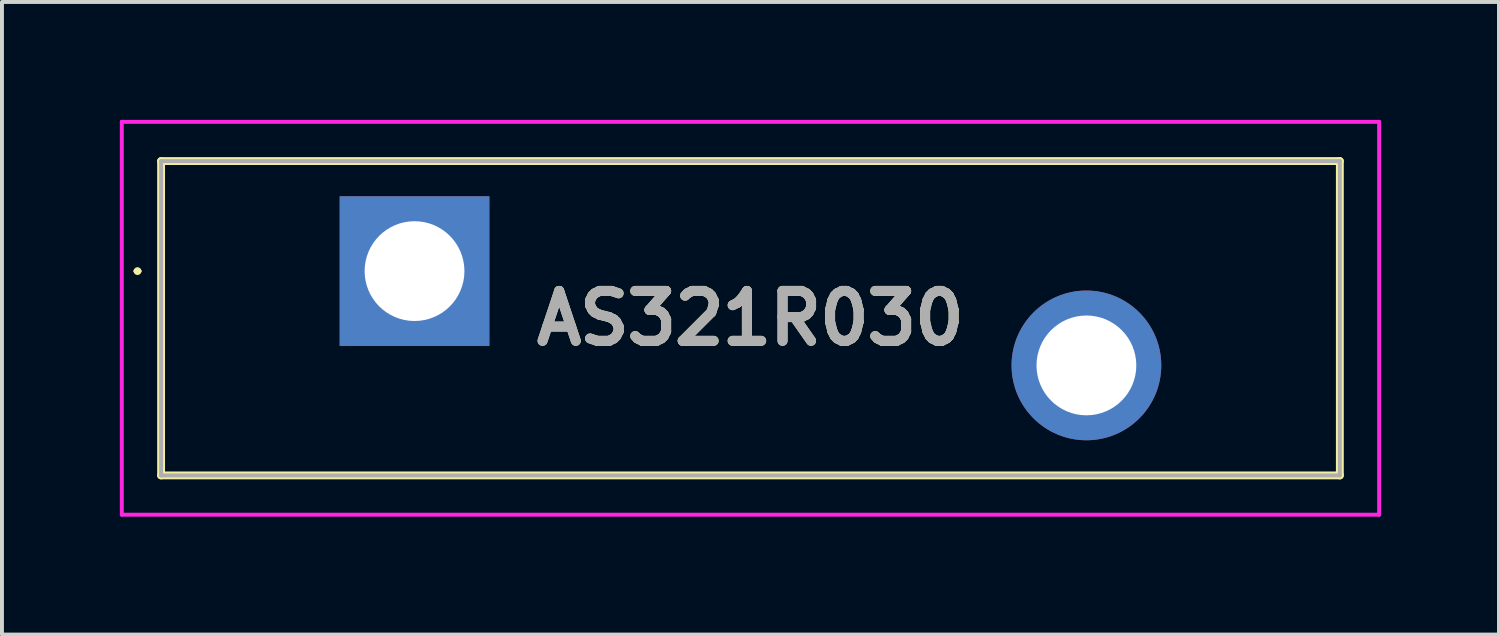
<source format=kicad_pcb>
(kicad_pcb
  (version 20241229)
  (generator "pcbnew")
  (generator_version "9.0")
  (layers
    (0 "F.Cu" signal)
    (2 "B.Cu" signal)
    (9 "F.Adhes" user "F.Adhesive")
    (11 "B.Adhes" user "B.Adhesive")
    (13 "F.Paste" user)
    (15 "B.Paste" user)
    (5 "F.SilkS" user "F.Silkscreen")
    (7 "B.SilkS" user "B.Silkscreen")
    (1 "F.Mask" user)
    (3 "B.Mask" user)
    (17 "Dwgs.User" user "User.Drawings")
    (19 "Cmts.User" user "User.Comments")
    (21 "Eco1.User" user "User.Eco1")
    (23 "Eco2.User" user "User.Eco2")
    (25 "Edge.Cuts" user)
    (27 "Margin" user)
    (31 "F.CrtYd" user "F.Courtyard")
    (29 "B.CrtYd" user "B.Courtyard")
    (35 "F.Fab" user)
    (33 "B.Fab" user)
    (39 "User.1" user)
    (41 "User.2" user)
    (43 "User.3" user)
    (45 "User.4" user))
  (footprint "AS321R030"
    (layer "F.Cu")
    (at 7.5 3.85)
    (property "Reference" "AS321R030" (at 8.55 1.2 0) (layer "F.SilkS") (effects (font (size 1.27 1.27) (thickness 0.254))))
    (attr through_hole)
    (fp_line (start -7.1 0) (end -7.1 0) (stroke (width 0.1) (type solid)) (layer "F.SilkS"))
    (fp_line (start -7 0) (end -7 0) (stroke (width 0.1) (type solid)) (layer "F.SilkS"))
    (fp_line (start -6.45 -2.8) (end 23.55 -2.8) (stroke (width 0.2) (type solid)) (layer "F.SilkS"))
    (fp_line (start -6.45 5.2) (end -6.45 -2.8) (stroke (width 0.2) (type solid)) (layer "F.SilkS"))
    (fp_line (start 23.55 -2.8) (end 23.55 5.2) (stroke (width 0.2) (type solid)) (layer "F.SilkS"))
    (fp_line (start 23.55 5.2) (end -6.45 5.2) (stroke (width 0.2) (type solid)) (layer "F.SilkS"))
    (fp_arc (start -7.1 0) (mid -7.05 -0.05) (end -7 0) (stroke (width 0.1) (type solid)) (layer "F.SilkS"))
    (fp_arc (start -7 0) (mid -7.05 0.05) (end -7.1 0) (stroke (width 0.1) (type solid)) (layer "F.SilkS"))
    (fp_line (start -7.45 -3.8) (end 24.55 -3.8) (stroke (width 0.1) (type solid)) (layer "F.CrtYd"))
    (fp_line (start -7.45 6.2) (end -7.45 -3.8) (stroke (width 0.1) (type solid)) (layer "F.CrtYd"))
    (fp_line (start 24.55 -3.8) (end 24.55 6.2) (stroke (width 0.1) (type solid)) (layer "F.CrtYd"))
    (fp_line (start 24.55 6.2) (end -7.45 6.2) (stroke (width 0.1) (type solid)) (layer "F.CrtYd"))
    (fp_line (start -6.45 -2.8) (end 23.55 -2.8) (stroke (width 0.1) (type solid)) (layer "F.Fab"))
    (fp_line (start -6.45 5.2) (end -6.45 -2.8) (stroke (width 0.1) (type solid)) (layer "F.Fab"))
    (fp_line (start 23.55 -2.8) (end 23.55 5.2) (stroke (width 0.1) (type solid)) (layer "F.Fab"))
    (fp_line (start 23.55 5.2) (end -6.45 5.2) (stroke (width 0.1) (type solid)) (layer "F.Fab"))
    (fp_text user "${REFERENCE}" (at 8.55 1.2 0) (layer "F.Fab") (effects (font (size 1.27 1.27) (thickness 0.254))))
    (pad "1" thru_hole rect (at 0 0) (size 3.81 3.81) (drill 2.54) (layers "*.Cu" "*.Mask"))
    (pad "2" thru_hole circle (at 17.1 2.4) (size 3.81 3.81) (drill 2.54) (layers "*.Cu" "*.Mask")))
  (gr_rect
    (start -3 -3)
    (end 35.1 13.1)
    (stroke (width 0.1) (type default))
    (fill no)
    (layer "Edge.Cuts")))
</source>
